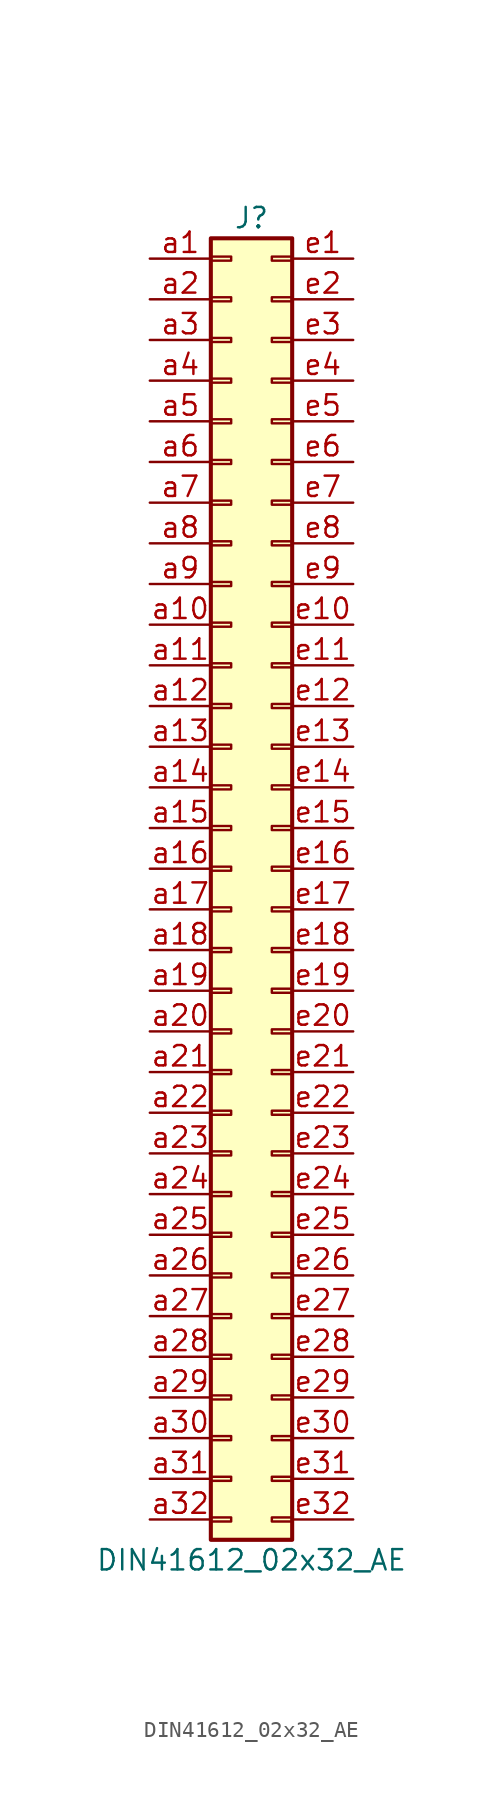
<source format=kicad_sym>
(kicad_symbol_lib
  (version 20220914)
  (generator kicad_symbol_editor)
  (symbol "DIN41612_02x32_AE"
    (pin_names
      (offset 1.016) hide)
    (property "Reference" "J"
      (at 1.27 40.64 0)
      (effects (font (size 1.27 1.27))))
    (property "Value" "DIN41612_02x32_AE"
      (at 1.27 -43.18 0)
      (effects (font (size 1.27 1.27))))
    (symbol "DIN41612_02x32_AE_1_1"
      (rectangle (start -1.27 -40.513) (end 0 -40.767) (stroke (width 0.152) (type solid)) (fill (type none)))
      (rectangle (start -1.27 -37.973) (end 0 -38.227) (stroke (width 0.152) (type solid)) (fill (type none)))
      (rectangle (start -1.27 -35.433) (end 0 -35.687) (stroke (width 0.152) (type solid)) (fill (type none)))
      (rectangle (start -1.27 -32.893) (end 0 -33.147) (stroke (width 0.152) (type solid)) (fill (type none)))
      (rectangle (start -1.27 -30.353) (end 0 -30.607) (stroke (width 0.152) (type solid)) (fill (type none)))
      (rectangle (start -1.27 -27.813) (end 0 -28.067) (stroke (width 0.152) (type solid)) (fill (type none)))
      (rectangle (start -1.27 -25.273) (end 0 -25.527) (stroke (width 0.152) (type solid)) (fill (type none)))
      (rectangle (start -1.27 -22.733) (end 0 -22.987) (stroke (width 0.152) (type solid)) (fill (type none)))
      (rectangle (start -1.27 -20.193) (end 0 -20.447) (stroke (width 0.152) (type solid)) (fill (type none)))
      (rectangle (start -1.27 -17.653) (end 0 -17.907) (stroke (width 0.152) (type solid)) (fill (type none)))
      (rectangle (start -1.27 -15.113) (end 0 -15.367) (stroke (width 0.152) (type solid)) (fill (type none)))
      (rectangle (start -1.27 -12.573) (end 0 -12.827) (stroke (width 0.152) (type solid)) (fill (type none)))
      (rectangle (start -1.27 -10.033) (end 0 -10.287) (stroke (width 0.152) (type solid)) (fill (type none)))
      (rectangle (start -1.27 -7.493) (end 0 -7.747) (stroke (width 0.152) (type solid)) (fill (type none)))
      (rectangle (start -1.27 -4.953) (end 0 -5.207) (stroke (width 0.152) (type solid)) (fill (type none)))
      (rectangle (start -1.27 -2.413) (end 0 -2.667) (stroke (width 0.152) (type solid)) (fill (type none)))
      (rectangle (start -1.27 0.127) (end 0 -0.127) (stroke (width 0.152) (type solid)) (fill (type none)))
      (rectangle (start -1.27 2.667) (end 0 2.413) (stroke (width 0.152) (type solid)) (fill (type none)))
      (rectangle (start -1.27 5.207) (end 0 4.953) (stroke (width 0.152) (type solid)) (fill (type none)))
      (rectangle (start -1.27 7.747) (end 0 7.493) (stroke (width 0.152) (type solid)) (fill (type none)))
      (rectangle (start -1.27 10.287) (end 0 10.033) (stroke (width 0.152) (type solid)) (fill (type none)))
      (rectangle (start -1.27 12.827) (end 0 12.573) (stroke (width 0.152) (type solid)) (fill (type none)))
      (rectangle (start -1.27 15.367) (end 0 15.113) (stroke (width 0.152) (type solid)) (fill (type none)))
      (rectangle (start -1.27 17.907) (end 0 17.653) (stroke (width 0.152) (type solid)) (fill (type none)))
      (rectangle (start -1.27 20.447) (end 0 20.193) (stroke (width 0.152) (type solid)) (fill (type none)))
      (rectangle (start -1.27 22.987) (end 0 22.733) (stroke (width 0.152) (type solid)) (fill (type none)))
      (rectangle (start -1.27 25.527) (end 0 25.273) (stroke (width 0.152) (type solid)) (fill (type none)))
      (rectangle (start -1.27 28.067) (end 0 27.813) (stroke (width 0.152) (type solid)) (fill (type none)))
      (rectangle (start -1.27 30.607) (end 0 30.353) (stroke (width 0.152) (type solid)) (fill (type none)))
      (rectangle (start -1.27 33.147) (end 0 32.893) (stroke (width 0.152) (type solid)) (fill (type none)))
      (rectangle (start -1.27 35.687) (end 0 35.433) (stroke (width 0.152) (type solid)) (fill (type none)))
      (rectangle (start -1.27 38.227) (end 0 37.973) (stroke (width 0.152) (type solid)) (fill (type none)))
      (rectangle (start -1.27 39.37) (end 3.81 -41.91) (stroke (width 0.254) (type solid)) (fill (type background)))
      (rectangle (start 3.81 -40.513) (end 2.54 -40.767) (stroke (width 0.152) (type solid)) (fill (type none)))
      (rectangle (start 3.81 -37.973) (end 2.54 -38.227) (stroke (width 0.152) (type solid)) (fill (type none)))
      (rectangle (start 3.81 -35.433) (end 2.54 -35.687) (stroke (width 0.152) (type solid)) (fill (type none)))
      (rectangle (start 3.81 -32.893) (end 2.54 -33.147) (stroke (width 0.152) (type solid)) (fill (type none)))
      (rectangle (start 3.81 -30.353) (end 2.54 -30.607) (stroke (width 0.152) (type solid)) (fill (type none)))
      (rectangle (start 3.81 -27.813) (end 2.54 -28.067) (stroke (width 0.152) (type solid)) (fill (type none)))
      (rectangle (start 3.81 -25.273) (end 2.54 -25.527) (stroke (width 0.152) (type solid)) (fill (type none)))
      (rectangle (start 3.81 -22.733) (end 2.54 -22.987) (stroke (width 0.152) (type solid)) (fill (type none)))
      (rectangle (start 3.81 -20.193) (end 2.54 -20.447) (stroke (width 0.152) (type solid)) (fill (type none)))
      (rectangle (start 3.81 -17.653) (end 2.54 -17.907) (stroke (width 0.152) (type solid)) (fill (type none)))
      (rectangle (start 3.81 -15.113) (end 2.54 -15.367) (stroke (width 0.152) (type solid)) (fill (type none)))
      (rectangle (start 3.81 -12.573) (end 2.54 -12.827) (stroke (width 0.152) (type solid)) (fill (type none)))
      (rectangle (start 3.81 -10.033) (end 2.54 -10.287) (stroke (width 0.152) (type solid)) (fill (type none)))
      (rectangle (start 3.81 -7.493) (end 2.54 -7.747) (stroke (width 0.152) (type solid)) (fill (type none)))
      (rectangle (start 3.81 -4.953) (end 2.54 -5.207) (stroke (width 0.152) (type solid)) (fill (type none)))
      (rectangle (start 3.81 -2.413) (end 2.54 -2.667) (stroke (width 0.152) (type solid)) (fill (type none)))
      (rectangle (start 3.81 0.127) (end 2.54 -0.127) (stroke (width 0.152) (type solid)) (fill (type none)))
      (rectangle (start 3.81 2.667) (end 2.54 2.413) (stroke (width 0.152) (type solid)) (fill (type none)))
      (rectangle (start 3.81 5.207) (end 2.54 4.953) (stroke (width 0.152) (type solid)) (fill (type none)))
      (rectangle (start 3.81 7.747) (end 2.54 7.493) (stroke (width 0.152) (type solid)) (fill (type none)))
      (rectangle (start 3.81 10.287) (end 2.54 10.033) (stroke (width 0.152) (type solid)) (fill (type none)))
      (rectangle (start 3.81 12.827) (end 2.54 12.573) (stroke (width 0.152) (type solid)) (fill (type none)))
      (rectangle (start 3.81 15.367) (end 2.54 15.113) (stroke (width 0.152) (type solid)) (fill (type none)))
      (rectangle (start 3.81 17.907) (end 2.54 17.653) (stroke (width 0.152) (type solid)) (fill (type none)))
      (rectangle (start 3.81 20.447) (end 2.54 20.193) (stroke (width 0.152) (type solid)) (fill (type none)))
      (rectangle (start 3.81 22.987) (end 2.54 22.733) (stroke (width 0.152) (type solid)) (fill (type none)))
      (rectangle (start 3.81 25.527) (end 2.54 25.273) (stroke (width 0.152) (type solid)) (fill (type none)))
      (rectangle (start 3.81 28.067) (end 2.54 27.813) (stroke (width 0.152) (type solid)) (fill (type none)))
      (rectangle (start 3.81 30.607) (end 2.54 30.353) (stroke (width 0.152) (type solid)) (fill (type none)))
      (rectangle (start 3.81 33.147) (end 2.54 32.893) (stroke (width 0.152) (type solid)) (fill (type none)))
      (rectangle (start 3.81 35.687) (end 2.54 35.433) (stroke (width 0.152) (type solid)) (fill (type none)))
      (rectangle (start 3.81 38.227) (end 2.54 37.973) (stroke (width 0.152) (type solid)) (fill (type none)))
      (pin passive line (at -5.08 38.1 0) (length 3.81) (name "Pin_a1" (effects (font (size 1.27 1.27)))) (number "a1" (effects (font (size 1.27 1.27)))))
      (pin passive line (at -5.08 15.24 0) (length 3.81) (name "Pin_a10" (effects (font (size 1.27 1.27)))) (number "a10" (effects (font (size 1.27 1.27)))))
      (pin passive line (at -5.08 12.7 0) (length 3.81) (name "Pin_a11" (effects (font (size 1.27 1.27)))) (number "a11" (effects (font (size 1.27 1.27)))))
      (pin passive line (at -5.08 10.16 0) (length 3.81) (name "Pin_a12" (effects (font (size 1.27 1.27)))) (number "a12" (effects (font (size 1.27 1.27)))))
      (pin passive line (at -5.08 7.62 0) (length 3.81) (name "Pin_a13" (effects (font (size 1.27 1.27)))) (number "a13" (effects (font (size 1.27 1.27)))))
      (pin passive line (at -5.08 5.08 0) (length 3.81) (name "Pin_a14" (effects (font (size 1.27 1.27)))) (number "a14" (effects (font (size 1.27 1.27)))))
      (pin passive line (at -5.08 2.54 0) (length 3.81) (name "Pin_a15" (effects (font (size 1.27 1.27)))) (number "a15" (effects (font (size 1.27 1.27)))))
      (pin passive line (at -5.08 0 0) (length 3.81) (name "Pin_a16" (effects (font (size 1.27 1.27)))) (number "a16" (effects (font (size 1.27 1.27)))))
      (pin passive line (at -5.08 -2.54 0) (length 3.81) (name "Pin_a17" (effects (font (size 1.27 1.27)))) (number "a17" (effects (font (size 1.27 1.27)))))
      (pin passive line (at -5.08 -5.08 0) (length 3.81) (name "Pin_a18" (effects (font (size 1.27 1.27)))) (number "a18" (effects (font (size 1.27 1.27)))))
      (pin passive line (at -5.08 -7.62 0) (length 3.81) (name "Pin_a19" (effects (font (size 1.27 1.27)))) (number "a19" (effects (font (size 1.27 1.27)))))
      (pin passive line (at -5.08 35.56 0) (length 3.81) (name "Pin_a2" (effects (font (size 1.27 1.27)))) (number "a2" (effects (font (size 1.27 1.27)))))
      (pin passive line (at -5.08 -10.16 0) (length 3.81) (name "Pin_a20" (effects (font (size 1.27 1.27)))) (number "a20" (effects (font (size 1.27 1.27)))))
      (pin passive line (at -5.08 -12.7 0) (length 3.81) (name "Pin_a21" (effects (font (size 1.27 1.27)))) (number "a21" (effects (font (size 1.27 1.27)))))
      (pin passive line (at -5.08 -15.24 0) (length 3.81) (name "Pin_a22" (effects (font (size 1.27 1.27)))) (number "a22" (effects (font (size 1.27 1.27)))))
      (pin passive line (at -5.08 -17.78 0) (length 3.81) (name "Pin_a23" (effects (font (size 1.27 1.27)))) (number "a23" (effects (font (size 1.27 1.27)))))
      (pin passive line (at -5.08 -20.32 0) (length 3.81) (name "Pin_a24" (effects (font (size 1.27 1.27)))) (number "a24" (effects (font (size 1.27 1.27)))))
      (pin passive line (at -5.08 -22.86 0) (length 3.81) (name "Pin_a25" (effects (font (size 1.27 1.27)))) (number "a25" (effects (font (size 1.27 1.27)))))
      (pin passive line (at -5.08 -25.4 0) (length 3.81) (name "Pin_a26" (effects (font (size 1.27 1.27)))) (number "a26" (effects (font (size 1.27 1.27)))))
      (pin passive line (at -5.08 -27.94 0) (length 3.81) (name "Pin_a27" (effects (font (size 1.27 1.27)))) (number "a27" (effects (font (size 1.27 1.27)))))
      (pin passive line (at -5.08 -30.48 0) (length 3.81) (name "Pin_a28" (effects (font (size 1.27 1.27)))) (number "a28" (effects (font (size 1.27 1.27)))))
      (pin passive line (at -5.08 -33.02 0) (length 3.81) (name "Pin_a29" (effects (font (size 1.27 1.27)))) (number "a29" (effects (font (size 1.27 1.27)))))
      (pin passive line (at -5.08 33.02 0) (length 3.81) (name "Pin_a3" (effects (font (size 1.27 1.27)))) (number "a3" (effects (font (size 1.27 1.27)))))
      (pin passive line (at -5.08 -35.56 0) (length 3.81) (name "Pin_a30" (effects (font (size 1.27 1.27)))) (number "a30" (effects (font (size 1.27 1.27)))))
      (pin passive line (at -5.08 -38.1 0) (length 3.81) (name "Pin_a31" (effects (font (size 1.27 1.27)))) (number "a31" (effects (font (size 1.27 1.27)))))
      (pin passive line (at -5.08 -40.64 0) (length 3.81) (name "Pin_a32" (effects (font (size 1.27 1.27)))) (number "a32" (effects (font (size 1.27 1.27)))))
      (pin passive line (at -5.08 30.48 0) (length 3.81) (name "Pin_a4" (effects (font (size 1.27 1.27)))) (number "a4" (effects (font (size 1.27 1.27)))))
      (pin passive line (at -5.08 27.94 0) (length 3.81) (name "Pin_a5" (effects (font (size 1.27 1.27)))) (number "a5" (effects (font (size 1.27 1.27)))))
      (pin passive line (at -5.08 25.4 0) (length 3.81) (name "Pin_a6" (effects (font (size 1.27 1.27)))) (number "a6" (effects (font (size 1.27 1.27)))))
      (pin passive line (at -5.08 22.86 0) (length 3.81) (name "Pin_a7" (effects (font (size 1.27 1.27)))) (number "a7" (effects (font (size 1.27 1.27)))))
      (pin passive line (at -5.08 20.32 0) (length 3.81) (name "Pin_a8" (effects (font (size 1.27 1.27)))) (number "a8" (effects (font (size 1.27 1.27)))))
      (pin passive line (at -5.08 17.78 0) (length 3.81) (name "Pin_a9" (effects (font (size 1.27 1.27)))) (number "a9" (effects (font (size 1.27 1.27)))))
      (pin passive line (at 7.62 38.1 180) (length 3.81) (name "Pin_e1" (effects (font (size 1.27 1.27)))) (number "e1" (effects (font (size 1.27 1.27)))))
      (pin passive line (at 7.62 15.24 180) (length 3.81) (name "Pin_e10" (effects (font (size 1.27 1.27)))) (number "e10" (effects (font (size 1.27 1.27)))))
      (pin passive line (at 7.62 12.7 180) (length 3.81) (name "Pin_e11" (effects (font (size 1.27 1.27)))) (number "e11" (effects (font (size 1.27 1.27)))))
      (pin passive line (at 7.62 10.16 180) (length 3.81) (name "Pin_e12" (effects (font (size 1.27 1.27)))) (number "e12" (effects (font (size 1.27 1.27)))))
      (pin passive line (at 7.62 7.62 180) (length 3.81) (name "Pin_e13" (effects (font (size 1.27 1.27)))) (number "e13" (effects (font (size 1.27 1.27)))))
      (pin passive line (at 7.62 5.08 180) (length 3.81) (name "Pin_e14" (effects (font (size 1.27 1.27)))) (number "e14" (effects (font (size 1.27 1.27)))))
      (pin passive line (at 7.62 2.54 180) (length 3.81) (name "Pin_e15" (effects (font (size 1.27 1.27)))) (number "e15" (effects (font (size 1.27 1.27)))))
      (pin passive line (at 7.62 0 180) (length 3.81) (name "Pin_e16" (effects (font (size 1.27 1.27)))) (number "e16" (effects (font (size 1.27 1.27)))))
      (pin passive line (at 7.62 -2.54 180) (length 3.81) (name "Pin_e17" (effects (font (size 1.27 1.27)))) (number "e17" (effects (font (size 1.27 1.27)))))
      (pin passive line (at 7.62 -5.08 180) (length 3.81) (name "Pin_e18" (effects (font (size 1.27 1.27)))) (number "e18" (effects (font (size 1.27 1.27)))))
      (pin passive line (at 7.62 -7.62 180) (length 3.81) (name "Pin_e19" (effects (font (size 1.27 1.27)))) (number "e19" (effects (font (size 1.27 1.27)))))
      (pin passive line (at 7.62 35.56 180) (length 3.81) (name "Pin_e2" (effects (font (size 1.27 1.27)))) (number "e2" (effects (font (size 1.27 1.27)))))
      (pin passive line (at 7.62 -10.16 180) (length 3.81) (name "Pin_e20" (effects (font (size 1.27 1.27)))) (number "e20" (effects (font (size 1.27 1.27)))))
      (pin passive line (at 7.62 -12.7 180) (length 3.81) (name "Pin_e21" (effects (font (size 1.27 1.27)))) (number "e21" (effects (font (size 1.27 1.27)))))
      (pin passive line (at 7.62 -15.24 180) (length 3.81) (name "Pin_e22" (effects (font (size 1.27 1.27)))) (number "e22" (effects (font (size 1.27 1.27)))))
      (pin passive line (at 7.62 -17.78 180) (length 3.81) (name "Pin_e23" (effects (font (size 1.27 1.27)))) (number "e23" (effects (font (size 1.27 1.27)))))
      (pin passive line (at 7.62 -20.32 180) (length 3.81) (name "Pin_e24" (effects (font (size 1.27 1.27)))) (number "e24" (effects (font (size 1.27 1.27)))))
      (pin passive line (at 7.62 -22.86 180) (length 3.81) (name "Pin_e25" (effects (font (size 1.27 1.27)))) (number "e25" (effects (font (size 1.27 1.27)))))
      (pin passive line (at 7.62 -25.4 180) (length 3.81) (name "Pin_e26" (effects (font (size 1.27 1.27)))) (number "e26" (effects (font (size 1.27 1.27)))))
      (pin passive line (at 7.62 -27.94 180) (length 3.81) (name "Pin_e27" (effects (font (size 1.27 1.27)))) (number "e27" (effects (font (size 1.27 1.27)))))
      (pin passive line (at 7.62 -30.48 180) (length 3.81) (name "Pin_e28" (effects (font (size 1.27 1.27)))) (number "e28" (effects (font (size 1.27 1.27)))))
      (pin passive line (at 7.62 -33.02 180) (length 3.81) (name "Pin_e29" (effects (font (size 1.27 1.27)))) (number "e29" (effects (font (size 1.27 1.27)))))
      (pin passive line (at 7.62 33.02 180) (length 3.81) (name "Pin_e3" (effects (font (size 1.27 1.27)))) (number "e3" (effects (font (size 1.27 1.27)))))
      (pin passive line (at 7.62 -35.56 180) (length 3.81) (name "Pin_e30" (effects (font (size 1.27 1.27)))) (number "e30" (effects (font (size 1.27 1.27)))))
      (pin passive line (at 7.62 -38.1 180) (length 3.81) (name "Pin_e31" (effects (font (size 1.27 1.27)))) (number "e31" (effects (font (size 1.27 1.27)))))
      (pin passive line (at 7.62 -40.64 180) (length 3.81) (name "Pin_e32" (effects (font (size 1.27 1.27)))) (number "e32" (effects (font (size 1.27 1.27)))))
      (pin passive line (at 7.62 30.48 180) (length 3.81) (name "Pin_e4" (effects (font (size 1.27 1.27)))) (number "e4" (effects (font (size 1.27 1.27)))))
      (pin passive line (at 7.62 27.94 180) (length 3.81) (name "Pin_e5" (effects (font (size 1.27 1.27)))) (number "e5" (effects (font (size 1.27 1.27)))))
      (pin passive line (at 7.62 25.4 180) (length 3.81) (name "Pin_e6" (effects (font (size 1.27 1.27)))) (number "e6" (effects (font (size 1.27 1.27)))))
      (pin passive line (at 7.62 22.86 180) (length 3.81) (name "Pin_e7" (effects (font (size 1.27 1.27)))) (number "e7" (effects (font (size 1.27 1.27)))))
      (pin passive line (at 7.62 20.32 180) (length 3.81) (name "Pin_e8" (effects (font (size 1.27 1.27)))) (number "e8" (effects (font (size 1.27 1.27)))))
      (pin passive line (at 7.62 17.78 180) (length 3.81) (name "Pin_e9" (effects (font (size 1.27 1.27)))) (number "e9" (effects (font (size 1.27 1.27))))))))
</source>
